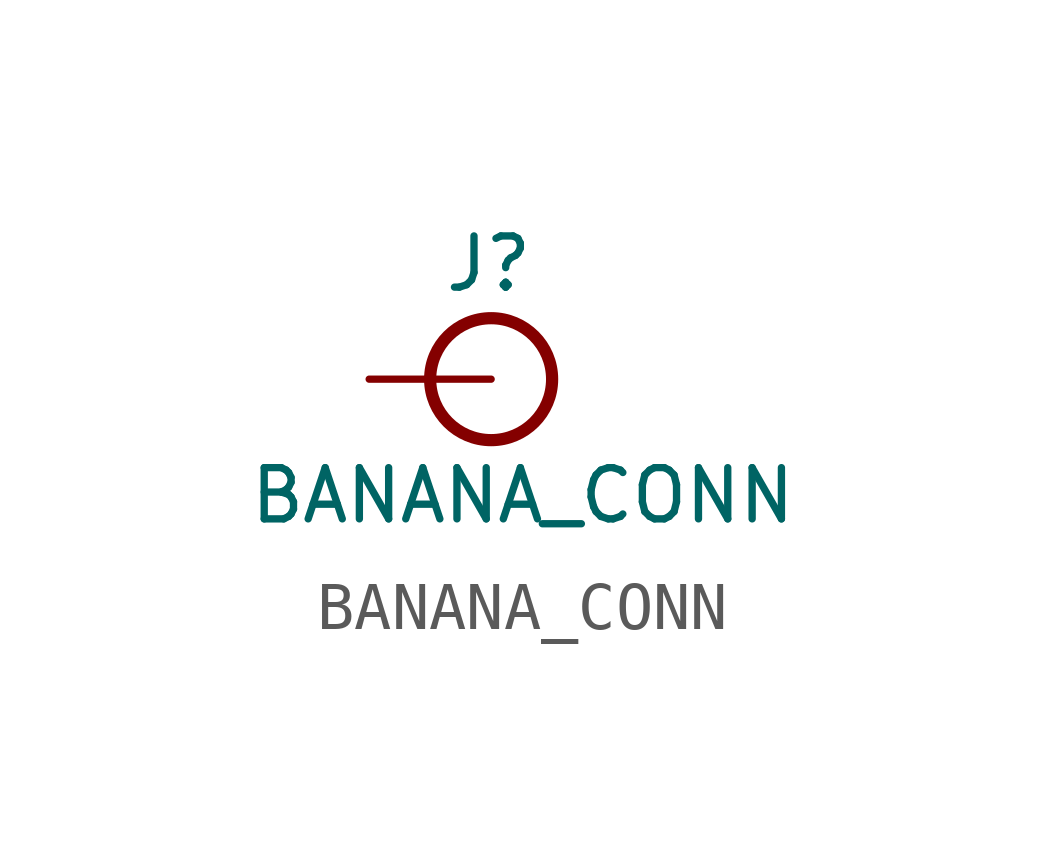
<source format=kicad_sym>
(kicad_symbol_lib
  (version 20231120)
  (generator "kicad_symbol_editor")
  (generator_version "8.0")
  (symbol "BANANA_CONN"
    (pin_names
      (offset 1.016))
    (property "Reference" "J"
      (at -1.016 1.778 0)
      (effects (font (size 1.067 1.067)) (justify left bottom)))
    (property "Value" "BANANA_CONN"
      (at -5.08 -3.048 0)
      (effects (font (size 1.067 1.067)) (justify left bottom)))
    (symbol "BANANA_CONN_1_0"
      (circle (center 0 0) (radius 1.27) (stroke (width 0.254) (type solid)) (fill (type none)))
      (pin passive line (at -2.54 0 0) (length 2.54) (name "P" (effects (font (size 0 0)))) (number "1" (effects (font (size 0 0))))))))
</source>
